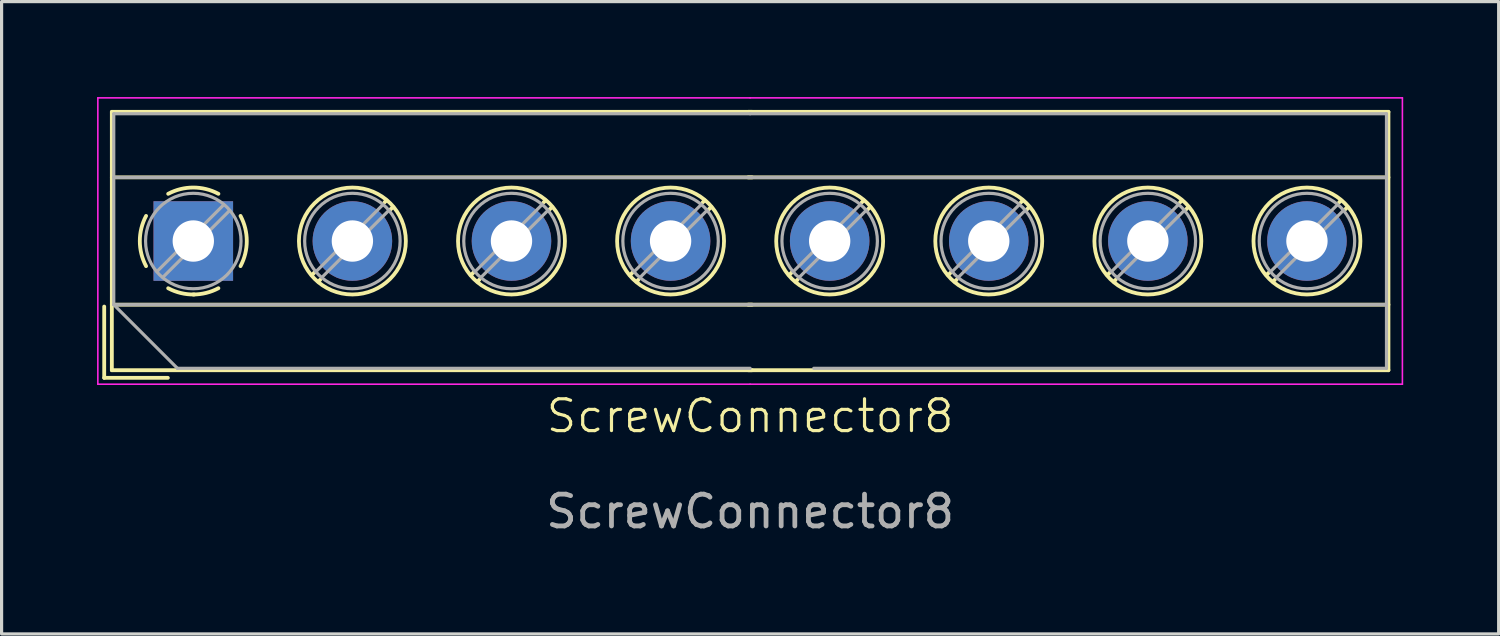
<source format=kicad_pcb>
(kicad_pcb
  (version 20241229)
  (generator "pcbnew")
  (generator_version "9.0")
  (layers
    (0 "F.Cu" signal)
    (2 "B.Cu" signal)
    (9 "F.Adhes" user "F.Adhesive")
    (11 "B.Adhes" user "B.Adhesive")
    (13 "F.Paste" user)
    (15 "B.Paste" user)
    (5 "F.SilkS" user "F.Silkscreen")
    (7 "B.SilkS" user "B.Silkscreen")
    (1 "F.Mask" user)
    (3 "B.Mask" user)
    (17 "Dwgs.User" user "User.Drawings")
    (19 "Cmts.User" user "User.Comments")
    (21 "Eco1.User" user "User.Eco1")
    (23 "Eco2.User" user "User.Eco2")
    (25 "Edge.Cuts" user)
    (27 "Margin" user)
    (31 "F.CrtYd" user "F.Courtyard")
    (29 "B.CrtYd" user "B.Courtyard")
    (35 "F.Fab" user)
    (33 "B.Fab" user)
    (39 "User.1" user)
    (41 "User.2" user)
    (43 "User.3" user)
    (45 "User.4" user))
  (footprint "ScrewConnector8"
    (layer "F.Cu")
    (at 20.525 4.525)
    (property "Reference" "ScrewConnector8" (at 0 5.5 0) (unlocked yes) (layer "F.SilkS") (effects (font (size 1 1) (thickness 0.1))))
    (attr through_hole)
    (fp_line (start -20.3 2.06) (end -20.3 4.3) (stroke (width 0.12) (type solid)) (layer "F.SilkS"))
    (fp_line (start -20.3 4.3) (end -18.3 4.3) (stroke (width 0.12) (type solid)) (layer "F.SilkS"))
    (fp_line (start -20.06 -4.06) (end -20.06 4.06) (stroke (width 0.12) (type solid)) (layer "F.SilkS"))
    (fp_line (start -20.06 -4.06) (end 0.061 -4.06) (stroke (width 0.12) (type solid)) (layer "F.SilkS"))
    (fp_line (start -20.06 -2) (end 0.061 -2) (stroke (width 0.12) (type solid)) (layer "F.SilkS"))
    (fp_line (start -20.06 2) (end 0.061 2) (stroke (width 0.12) (type solid)) (layer "F.SilkS"))
    (fp_line (start -20.06 4.06) (end 0.061 4.06) (stroke (width 0.12) (type solid)) (layer "F.SilkS"))
    (fp_line (start -13.68 0.976) (end -13.774 1.069) (stroke (width 0.12) (type solid)) (layer "F.SilkS"))
    (fp_line (start -13.51 1.216) (end -13.569 1.274) (stroke (width 0.12) (type solid)) (layer "F.SilkS"))
    (fp_line (start -11.43 -1.275) (end -11.489 -1.216) (stroke (width 0.12) (type solid)) (layer "F.SilkS"))
    (fp_line (start -11.225 -1.069) (end -11.319 -0.976) (stroke (width 0.12) (type solid)) (layer "F.SilkS"))
    (fp_line (start -8.68 0.976) (end -8.774 1.069) (stroke (width 0.12) (type solid)) (layer "F.SilkS"))
    (fp_line (start -8.51 1.216) (end -8.569 1.274) (stroke (width 0.12) (type solid)) (layer "F.SilkS"))
    (fp_line (start -6.43 -1.275) (end -6.489 -1.216) (stroke (width 0.12) (type solid)) (layer "F.SilkS"))
    (fp_line (start -6.225 -1.069) (end -6.319 -0.976) (stroke (width 0.12) (type solid)) (layer "F.SilkS"))
    (fp_line (start -3.68 0.976) (end -3.774 1.069) (stroke (width 0.12) (type solid)) (layer "F.SilkS"))
    (fp_line (start -3.51 1.216) (end -3.569 1.274) (stroke (width 0.12) (type solid)) (layer "F.SilkS"))
    (fp_line (start -1.43 -1.275) (end -1.489 -1.216) (stroke (width 0.12) (type solid)) (layer "F.SilkS"))
    (fp_line (start -1.225 -1.069) (end -1.319 -0.976) (stroke (width 0.12) (type solid)) (layer "F.SilkS"))
    (fp_line (start -0.06 -4.06) (end 20.061 -4.06) (stroke (width 0.12) (type solid)) (layer "F.SilkS"))
    (fp_line (start -0.06 -2) (end 20.061 -2) (stroke (width 0.12) (type solid)) (layer "F.SilkS"))
    (fp_line (start -0.06 2) (end 20.061 2) (stroke (width 0.12) (type solid)) (layer "F.SilkS"))
    (fp_line (start -0.06 4.06) (end 20.061 4.06) (stroke (width 0.12) (type solid)) (layer "F.SilkS"))
    (fp_line (start 1.32 0.976) (end 1.226 1.069) (stroke (width 0.12) (type solid)) (layer "F.SilkS"))
    (fp_line (start 1.49 1.216) (end 1.431 1.274) (stroke (width 0.12) (type solid)) (layer "F.SilkS"))
    (fp_line (start 3.57 -1.275) (end 3.511 -1.216) (stroke (width 0.12) (type solid)) (layer "F.SilkS"))
    (fp_line (start 3.775 -1.069) (end 3.681 -0.976) (stroke (width 0.12) (type solid)) (layer "F.SilkS"))
    (fp_line (start 6.32 0.976) (end 6.226 1.069) (stroke (width 0.12) (type solid)) (layer "F.SilkS"))
    (fp_line (start 6.49 1.216) (end 6.431 1.274) (stroke (width 0.12) (type solid)) (layer "F.SilkS"))
    (fp_line (start 8.57 -1.275) (end 8.511 -1.216) (stroke (width 0.12) (type solid)) (layer "F.SilkS"))
    (fp_line (start 8.775 -1.069) (end 8.681 -0.976) (stroke (width 0.12) (type solid)) (layer "F.SilkS"))
    (fp_line (start 11.32 0.976) (end 11.226 1.069) (stroke (width 0.12) (type solid)) (layer "F.SilkS"))
    (fp_line (start 11.49 1.216) (end 11.431 1.274) (stroke (width 0.12) (type solid)) (layer "F.SilkS"))
    (fp_line (start 13.57 -1.275) (end 13.511 -1.216) (stroke (width 0.12) (type solid)) (layer "F.SilkS"))
    (fp_line (start 13.775 -1.069) (end 13.681 -0.976) (stroke (width 0.12) (type solid)) (layer "F.SilkS"))
    (fp_line (start 16.32 0.976) (end 16.226 1.069) (stroke (width 0.12) (type solid)) (layer "F.SilkS"))
    (fp_line (start 16.49 1.216) (end 16.431 1.274) (stroke (width 0.12) (type solid)) (layer "F.SilkS"))
    (fp_line (start 18.57 -1.275) (end 18.511 -1.216) (stroke (width 0.12) (type solid)) (layer "F.SilkS"))
    (fp_line (start 18.775 -1.069) (end 18.681 -0.976) (stroke (width 0.12) (type solid)) (layer "F.SilkS"))
    (fp_line (start 20.061 -4.06) (end 20.061 4.06) (stroke (width 0.12) (type solid)) (layer "F.SilkS"))
    (fp_arc (start -18.983953 0.789089) (mid -19.180708 0.00005) (end -18.984 -0.789) (stroke (width 0.12) (type solid)) (layer "F.SilkS"))
    (fp_arc (start -18.289089 -1.483953) (mid -17.50005 -1.680708) (end -16.711 -1.484) (stroke (width 0.12) (type solid)) (layer "F.SilkS"))
    (fp_arc (start -17.470617 1.68045) (mid -17.892304 1.634281) (end -18.289 1.484) (stroke (width 0.12) (type solid)) (layer "F.SilkS"))
    (fp_arc (start -16.711288 1.483352) (mid -17.093571 1.630097) (end -17.5 1.68) (stroke (width 0.12) (type solid)) (layer "F.SilkS"))
    (fp_arc (start -16.016047 -0.789089) (mid -15.819292 -0.00005) (end -16.016 0.789) (stroke (width 0.12) (type solid)) (layer "F.SilkS"))
    (fp_circle (center -12.5 0) (end -10.82 0) (stroke (width 0.12) (type solid)) (fill no) (layer "F.SilkS"))
    (fp_circle (center -7.5 0) (end -5.82 0) (stroke (width 0.12) (type solid)) (fill no) (layer "F.SilkS"))
    (fp_circle (center -2.5 0) (end -0.82 0) (stroke (width 0.12) (type solid)) (fill no) (layer "F.SilkS"))
    (fp_circle (center 2.5 0) (end 4.18 0) (stroke (width 0.12) (type solid)) (fill no) (layer "F.SilkS"))
    (fp_circle (center 7.5 0) (end 9.18 0) (stroke (width 0.12) (type solid)) (fill no) (layer "F.SilkS"))
    (fp_circle (center 12.5 0) (end 14.18 0) (stroke (width 0.12) (type solid)) (fill no) (layer "F.SilkS"))
    (fp_circle (center 17.5 0) (end 19.18 0) (stroke (width 0.12) (type solid)) (fill no) (layer "F.SilkS"))
    (fp_line (start -20.5 -4.5) (end -20.5 4.5) (stroke (width 0.05) (type solid)) (layer "F.CrtYd"))
    (fp_line (start -20.5 4.5) (end 0 4.5) (stroke (width 0.05) (type solid)) (layer "F.CrtYd"))
    (fp_line (start 0 -4.5) (end -20.5 -4.5) (stroke (width 0.05) (type solid)) (layer "F.CrtYd"))
    (fp_line (start 0 4.5) (end 20.5 4.5) (stroke (width 0.05) (type solid)) (layer "F.CrtYd"))
    (fp_line (start 20.5 -4.5) (end 0 -4.5) (stroke (width 0.05) (type solid)) (layer "F.CrtYd"))
    (fp_line (start 20.5 4.5) (end 20.5 -4.5) (stroke (width 0.05) (type solid)) (layer "F.CrtYd"))
    (fp_line (start -20 -4) (end 0 -4) (stroke (width 0.1) (type solid)) (layer "F.Fab"))
    (fp_line (start -20 -2) (end 0 -2) (stroke (width 0.1) (type solid)) (layer "F.Fab"))
    (fp_line (start -20 2) (end -20 -4) (stroke (width 0.1) (type solid)) (layer "F.Fab"))
    (fp_line (start -20 2) (end 0 2) (stroke (width 0.1) (type solid)) (layer "F.Fab"))
    (fp_line (start -18 4) (end -20 2) (stroke (width 0.1) (type solid)) (layer "F.Fab"))
    (fp_line (start -16.545 -1.138) (end -18.638 0.955) (stroke (width 0.1) (type solid)) (layer "F.Fab"))
    (fp_line (start -16.362 -0.955) (end -18.455 1.138) (stroke (width 0.1) (type solid)) (layer "F.Fab"))
    (fp_line (start -11.545 -1.138) (end -13.637 0.955) (stroke (width 0.1) (type solid)) (layer "F.Fab"))
    (fp_line (start -11.362 -0.955) (end -13.454 1.138) (stroke (width 0.1) (type solid)) (layer "F.Fab"))
    (fp_line (start -6.545 -1.138) (end -8.637 0.955) (stroke (width 0.1) (type solid)) (layer "F.Fab"))
    (fp_line (start -6.362 -0.955) (end -8.454 1.138) (stroke (width 0.1) (type solid)) (layer "F.Fab"))
    (fp_line (start -1.545 -1.138) (end -3.637 0.955) (stroke (width 0.1) (type solid)) (layer "F.Fab"))
    (fp_line (start -1.362 -0.955) (end -3.454 1.138) (stroke (width 0.1) (type solid)) (layer "F.Fab"))
    (fp_line (start 0 -4) (end 20 -4) (stroke (width 0.1) (type solid)) (layer "F.Fab"))
    (fp_line (start 0 -2) (end 20 -2) (stroke (width 0.1) (type solid)) (layer "F.Fab"))
    (fp_line (start 0 2) (end 20 2) (stroke (width 0.1) (type solid)) (layer "F.Fab"))
    (fp_line (start 0 4) (end -18 4) (stroke (width 0.1) (type solid)) (layer "F.Fab"))
    (fp_line (start 3.455 -1.138) (end 1.363 0.955) (stroke (width 0.1) (type solid)) (layer "F.Fab"))
    (fp_line (start 3.638 -0.955) (end 1.546 1.138) (stroke (width 0.1) (type solid)) (layer "F.Fab"))
    (fp_line (start 8.455 -1.138) (end 6.363 0.955) (stroke (width 0.1) (type solid)) (layer "F.Fab"))
    (fp_line (start 8.638 -0.955) (end 6.546 1.138) (stroke (width 0.1) (type solid)) (layer "F.Fab"))
    (fp_line (start 13.455 -1.138) (end 11.363 0.955) (stroke (width 0.1) (type solid)) (layer "F.Fab"))
    (fp_line (start 13.638 -0.955) (end 11.546 1.138) (stroke (width 0.1) (type solid)) (layer "F.Fab"))
    (fp_line (start 18.455 -1.138) (end 16.363 0.955) (stroke (width 0.1) (type solid)) (layer "F.Fab"))
    (fp_line (start 18.638 -0.955) (end 16.546 1.138) (stroke (width 0.1) (type solid)) (layer "F.Fab"))
    (fp_line (start 20 -4) (end 20 4) (stroke (width 0.1) (type solid)) (layer "F.Fab"))
    (fp_line (start 20 4) (end 2 4) (stroke (width 0.1) (type solid)) (layer "F.Fab"))
    (fp_circle (center -17.5 0) (end -16 0) (stroke (width 0.1) (type solid)) (fill no) (layer "F.Fab"))
    (fp_circle (center -12.5 0) (end -11 0) (stroke (width 0.1) (type solid)) (fill no) (layer "F.Fab"))
    (fp_circle (center -7.5 0) (end -6 0) (stroke (width 0.1) (type solid)) (fill no) (layer "F.Fab"))
    (fp_circle (center -2.5 0) (end -1 0) (stroke (width 0.1) (type solid)) (fill no) (layer "F.Fab"))
    (fp_circle (center 2.5 0) (end 4 0) (stroke (width 0.1) (type solid)) (fill no) (layer "F.Fab"))
    (fp_circle (center 7.5 0) (end 9 0) (stroke (width 0.1) (type solid)) (fill no) (layer "F.Fab"))
    (fp_circle (center 12.5 0) (end 14 0) (stroke (width 0.1) (type solid)) (fill no) (layer "F.Fab"))
    (fp_circle (center 17.5 0) (end 19 0) (stroke (width 0.1) (type solid)) (fill no) (layer "F.Fab"))
    (fp_text user "${REFERENCE}" (at 0 8.5 0) (unlocked yes) (layer "F.Fab") (effects (font (size 1 1) (thickness 0.15))))
    (pad "1" thru_hole rect (at -17.5 0) (size 2.5 2.5) (drill 1.3) (layers "*.Cu" "*.Mask"))
    (pad "2" thru_hole circle (at -12.5 0) (size 2.5 2.5) (drill 1.3) (layers "*.Cu" "*.Mask"))
    (pad "3" thru_hole circle (at -7.5 0) (size 2.5 2.5) (drill 1.3) (layers "*.Cu" "*.Mask"))
    (pad "4" thru_hole circle (at -2.5 0) (size 2.5 2.5) (drill 1.3) (layers "*.Cu" "*.Mask"))
    (pad "5" thru_hole circle (at 2.5 0) (size 2.5 2.5) (drill 1.3) (layers "*.Cu" "*.Mask"))
    (pad "6" thru_hole circle (at 7.5 0) (size 2.5 2.5) (drill 1.3) (layers "*.Cu" "*.Mask"))
    (pad "7" thru_hole circle (at 12.5 0) (size 2.5 2.5) (drill 1.3) (layers "*.Cu" "*.Mask"))
    (pad "8" thru_hole circle (at 17.5 0) (size 2.5 2.5) (drill 1.3) (layers "*.Cu" "*.Mask")))
  (gr_rect
    (start -3 -3)
    (end 44.05 16.873)
    (stroke (width 0.1) (type default))
    (fill no)
    (layer "Edge.Cuts")))
</source>
